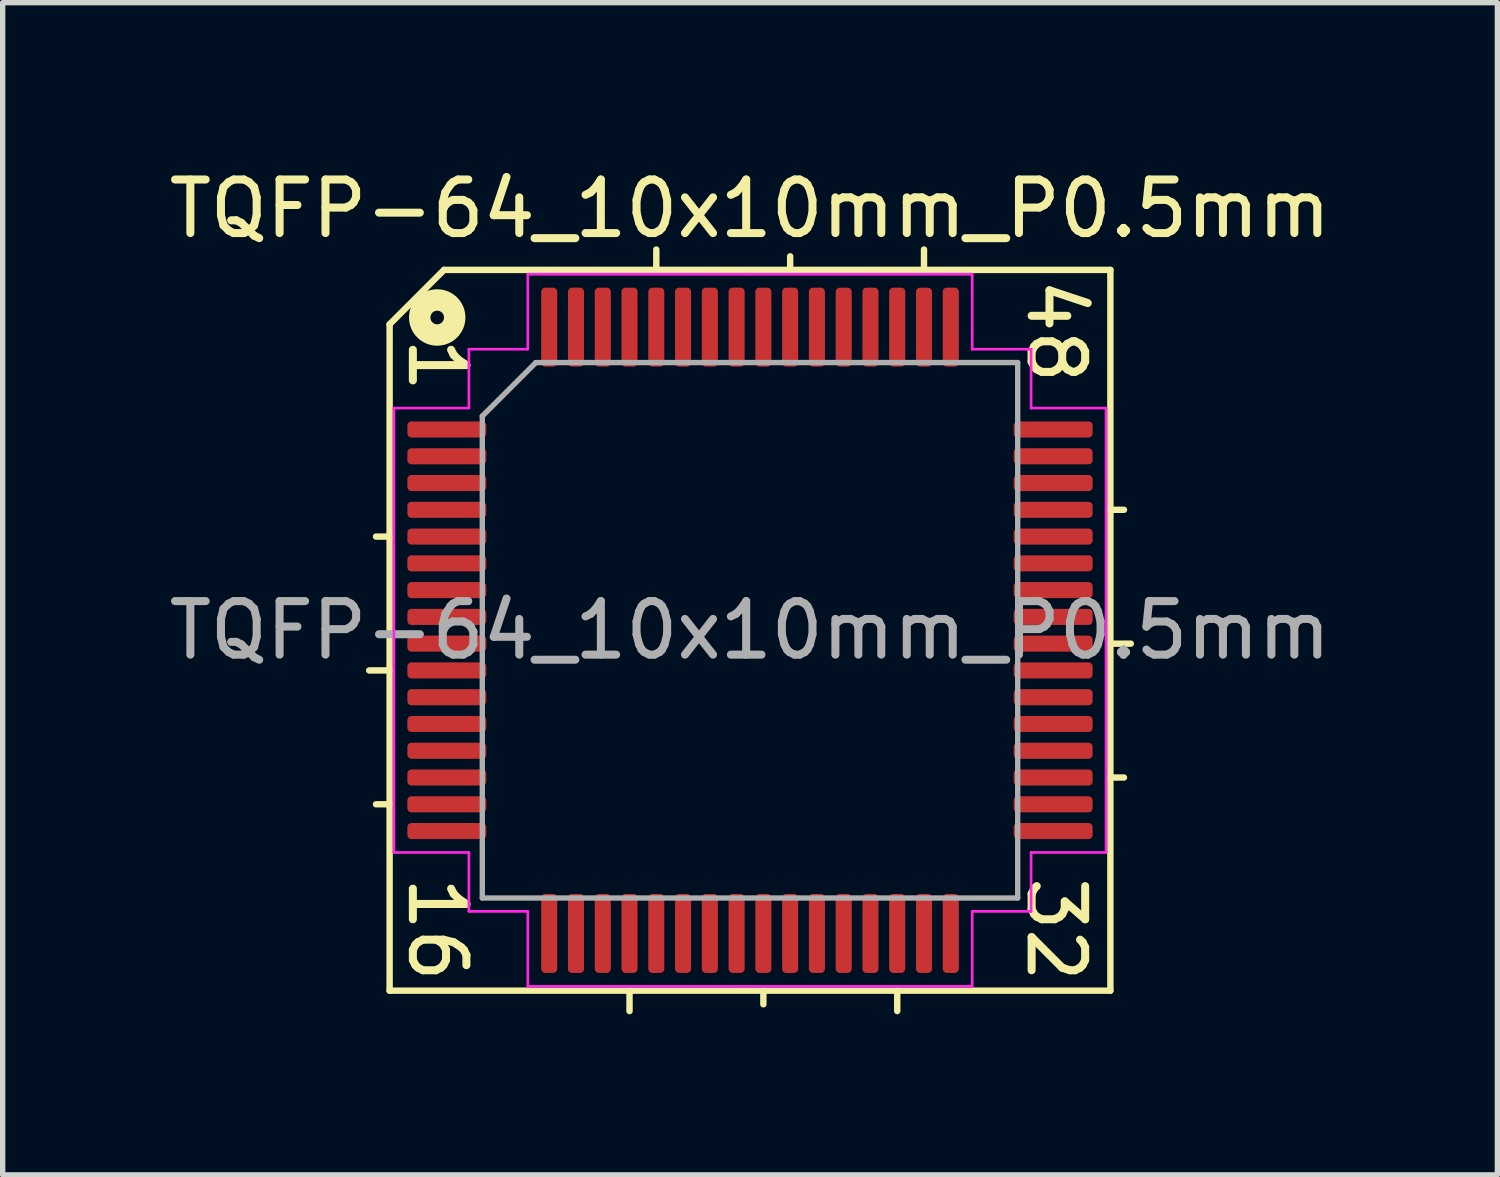
<source format=kicad_pcb>
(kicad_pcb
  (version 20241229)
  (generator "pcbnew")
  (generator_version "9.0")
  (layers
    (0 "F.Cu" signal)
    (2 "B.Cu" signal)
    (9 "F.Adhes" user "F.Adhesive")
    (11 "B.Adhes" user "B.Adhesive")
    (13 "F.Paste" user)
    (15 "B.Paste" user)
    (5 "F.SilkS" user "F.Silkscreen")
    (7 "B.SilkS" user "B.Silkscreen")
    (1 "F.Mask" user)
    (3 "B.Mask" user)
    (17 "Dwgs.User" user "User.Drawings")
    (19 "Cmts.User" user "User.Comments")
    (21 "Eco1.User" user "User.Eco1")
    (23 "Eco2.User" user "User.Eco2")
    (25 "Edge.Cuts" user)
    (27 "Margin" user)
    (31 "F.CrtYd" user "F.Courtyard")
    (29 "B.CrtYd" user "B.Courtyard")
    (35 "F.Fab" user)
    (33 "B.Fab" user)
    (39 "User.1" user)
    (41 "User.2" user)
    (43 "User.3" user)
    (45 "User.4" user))
  (footprint "TQFP-64_10x10mm_P0.5mm"
    (layer "F.Cu")
    (at 10.958 8.722)
    (property "Reference" "TQFP-64_10x10mm_P0.5mm" (at 0 -7.874 0) (layer "F.SilkS") (effects (font (size 1 1) (thickness 0.15))))
    (attr smd)
    (fp_line (start -6.731 -5.715) (end -6.731 6.731) (stroke (width 0.12) (type solid)) (layer "F.SilkS"))
    (fp_line (start -6.731 -1.75) (end -6.985 -1.75) (stroke (width 0.12) (type solid)) (layer "F.SilkS"))
    (fp_line (start -6.731 0.75) (end -7.112 0.75) (stroke (width 0.12) (type solid)) (layer "F.SilkS"))
    (fp_line (start -6.731 3.25) (end -6.985 3.25) (stroke (width 0.12) (type solid)) (layer "F.SilkS"))
    (fp_line (start -6.731 6.731) (end 6.731 6.731) (stroke (width 0.12) (type solid)) (layer "F.SilkS"))
    (fp_line (start -5.715 -6.731) (end -6.731 -5.715) (stroke (width 0.12) (type solid)) (layer "F.SilkS"))
    (fp_line (start -2.25 6.731) (end -2.25 7.112) (stroke (width 0.12) (type solid)) (layer "F.SilkS"))
    (fp_line (start -1.75 -6.731) (end -1.75 -7.112) (stroke (width 0.12) (type solid)) (layer "F.SilkS"))
    (fp_line (start 0.25 6.731) (end 0.25 6.985) (stroke (width 0.12) (type solid)) (layer "F.SilkS"))
    (fp_line (start 0.75 -6.731) (end 0.75 -6.985) (stroke (width 0.12) (type solid)) (layer "F.SilkS"))
    (fp_line (start 2.75 7.112) (end 2.75 6.731) (stroke (width 0.12) (type solid)) (layer "F.SilkS"))
    (fp_line (start 3.25 -6.731) (end 3.25 -7.112) (stroke (width 0.12) (type solid)) (layer "F.SilkS"))
    (fp_line (start 6.731 -6.731) (end -5.715 -6.731) (stroke (width 0.12) (type solid)) (layer "F.SilkS"))
    (fp_line (start 6.731 -2.25) (end 6.985 -2.25) (stroke (width 0.12) (type solid)) (layer "F.SilkS"))
    (fp_line (start 6.731 0.25) (end 7.112 0.25) (stroke (width 0.12) (type solid)) (layer "F.SilkS"))
    (fp_line (start 6.731 2.75) (end 6.985 2.75) (stroke (width 0.12) (type solid)) (layer "F.SilkS"))
    (fp_line (start 6.731 6.731) (end 6.731 -6.731) (stroke (width 0.12) (type solid)) (layer "F.SilkS"))
    (fp_circle (center -5.842 -5.842) (end -5.715 -5.842) (stroke (width 0.4) (type solid)) (fill no) (layer "F.SilkS"))
    (fp_line (start -6.65 -4.15) (end -6.65 0) (stroke (width 0.05) (type solid)) (layer "F.CrtYd"))
    (fp_line (start -6.65 4.15) (end -6.65 0) (stroke (width 0.05) (type solid)) (layer "F.CrtYd"))
    (fp_line (start -5.25 -5.25) (end -5.25 -4.15) (stroke (width 0.05) (type solid)) (layer "F.CrtYd"))
    (fp_line (start -5.25 -4.15) (end -6.65 -4.15) (stroke (width 0.05) (type solid)) (layer "F.CrtYd"))
    (fp_line (start -5.25 4.15) (end -6.65 4.15) (stroke (width 0.05) (type solid)) (layer "F.CrtYd"))
    (fp_line (start -5.25 5.25) (end -5.25 4.15) (stroke (width 0.05) (type solid)) (layer "F.CrtYd"))
    (fp_line (start -4.15 -6.65) (end -4.15 -5.25) (stroke (width 0.05) (type solid)) (layer "F.CrtYd"))
    (fp_line (start -4.15 -5.25) (end -5.25 -5.25) (stroke (width 0.05) (type solid)) (layer "F.CrtYd"))
    (fp_line (start -4.15 5.25) (end -5.25 5.25) (stroke (width 0.05) (type solid)) (layer "F.CrtYd"))
    (fp_line (start -4.15 6.65) (end -4.15 5.25) (stroke (width 0.05) (type solid)) (layer "F.CrtYd"))
    (fp_line (start 0 -6.65) (end -4.15 -6.65) (stroke (width 0.05) (type solid)) (layer "F.CrtYd"))
    (fp_line (start 0 -6.65) (end 4.15 -6.65) (stroke (width 0.05) (type solid)) (layer "F.CrtYd"))
    (fp_line (start 0 6.65) (end -4.15 6.65) (stroke (width 0.05) (type solid)) (layer "F.CrtYd"))
    (fp_line (start 0 6.65) (end 4.15 6.65) (stroke (width 0.05) (type solid)) (layer "F.CrtYd"))
    (fp_line (start 4.15 -6.65) (end 4.15 -5.25) (stroke (width 0.05) (type solid)) (layer "F.CrtYd"))
    (fp_line (start 4.15 -5.25) (end 5.25 -5.25) (stroke (width 0.05) (type solid)) (layer "F.CrtYd"))
    (fp_line (start 4.15 5.25) (end 5.25 5.25) (stroke (width 0.05) (type solid)) (layer "F.CrtYd"))
    (fp_line (start 4.15 6.65) (end 4.15 5.25) (stroke (width 0.05) (type solid)) (layer "F.CrtYd"))
    (fp_line (start 5.25 -5.25) (end 5.25 -4.15) (stroke (width 0.05) (type solid)) (layer "F.CrtYd"))
    (fp_line (start 5.25 -4.15) (end 6.65 -4.15) (stroke (width 0.05) (type solid)) (layer "F.CrtYd"))
    (fp_line (start 5.25 4.15) (end 6.65 4.15) (stroke (width 0.05) (type solid)) (layer "F.CrtYd"))
    (fp_line (start 5.25 5.25) (end 5.25 4.15) (stroke (width 0.05) (type solid)) (layer "F.CrtYd"))
    (fp_line (start 6.65 -4.15) (end 6.65 0) (stroke (width 0.05) (type solid)) (layer "F.CrtYd"))
    (fp_line (start 6.65 4.15) (end 6.65 0) (stroke (width 0.05) (type solid)) (layer "F.CrtYd"))
    (fp_line (start -5 -4) (end -4 -5) (stroke (width 0.1) (type solid)) (layer "F.Fab"))
    (fp_line (start -5 5) (end -5 -4) (stroke (width 0.1) (type solid)) (layer "F.Fab"))
    (fp_line (start -4 -5) (end 5 -5) (stroke (width 0.1) (type solid)) (layer "F.Fab"))
    (fp_line (start 5 -5) (end 5 5) (stroke (width 0.1) (type solid)) (layer "F.Fab"))
    (fp_line (start 5 5) (end -5 5) (stroke (width 0.1) (type solid)) (layer "F.Fab"))
    (fp_text user "48" (at 5.715 -5.588 270) (unlocked yes) (layer "F.SilkS") (effects (font (size 1 1) (thickness 0.15))))
    (fp_text user "32" (at 5.715 5.588 270) (unlocked yes) (layer "F.SilkS") (effects (font (size 1 1) (thickness 0.15))))
    (fp_text user "1" (at -5.842 -4.953 270) (unlocked yes) (layer "F.SilkS") (effects (font (size 1 1) (thickness 0.15))))
    (fp_text user "16" (at -5.842 5.588 270) (unlocked yes) (layer "F.SilkS") (effects (font (size 1 1) (thickness 0.15))))
    (fp_text user "${REFERENCE}" (at 0 0 0) (layer "F.Fab") (effects (font (size 1 1) (thickness 0.15))))
    (pad "1" smd roundrect (at -5.662 -3.75) (size 1.475 0.3) (layers "F.Cu" "F.Mask" "F.Paste") (roundrect_rratio 0.25))
    (pad "2" smd roundrect (at -5.662 -3.25) (size 1.475 0.3) (layers "F.Cu" "F.Mask" "F.Paste") (roundrect_rratio 0.25))
    (pad "3" smd roundrect (at -5.662 -2.75) (size 1.475 0.3) (layers "F.Cu" "F.Mask" "F.Paste") (roundrect_rratio 0.25))
    (pad "4" smd roundrect (at -5.662 -2.25) (size 1.475 0.3) (layers "F.Cu" "F.Mask" "F.Paste") (roundrect_rratio 0.25))
    (pad "5" smd roundrect (at -5.662 -1.75) (size 1.475 0.3) (layers "F.Cu" "F.Mask" "F.Paste") (roundrect_rratio 0.25))
    (pad "6" smd roundrect (at -5.662 -1.25) (size 1.475 0.3) (layers "F.Cu" "F.Mask" "F.Paste") (roundrect_rratio 0.25))
    (pad "7" smd roundrect (at -5.662 -0.75) (size 1.475 0.3) (layers "F.Cu" "F.Mask" "F.Paste") (roundrect_rratio 0.25))
    (pad "8" smd roundrect (at -5.662 -0.25) (size 1.475 0.3) (layers "F.Cu" "F.Mask" "F.Paste") (roundrect_rratio 0.25))
    (pad "9" smd roundrect (at -5.662 0.25) (size 1.475 0.3) (layers "F.Cu" "F.Mask" "F.Paste") (roundrect_rratio 0.25))
    (pad "10" smd roundrect (at -5.662 0.75) (size 1.475 0.3) (layers "F.Cu" "F.Mask" "F.Paste") (roundrect_rratio 0.25))
    (pad "11" smd roundrect (at -5.662 1.25) (size 1.475 0.3) (layers "F.Cu" "F.Mask" "F.Paste") (roundrect_rratio 0.25))
    (pad "12" smd roundrect (at -5.662 1.75) (size 1.475 0.3) (layers "F.Cu" "F.Mask" "F.Paste") (roundrect_rratio 0.25))
    (pad "13" smd roundrect (at -5.662 2.25) (size 1.475 0.3) (layers "F.Cu" "F.Mask" "F.Paste") (roundrect_rratio 0.25))
    (pad "14" smd roundrect (at -5.662 2.75) (size 1.475 0.3) (layers "F.Cu" "F.Mask" "F.Paste") (roundrect_rratio 0.25))
    (pad "15" smd roundrect (at -5.662 3.25) (size 1.475 0.3) (layers "F.Cu" "F.Mask" "F.Paste") (roundrect_rratio 0.25))
    (pad "16" smd roundrect (at -5.662 3.75) (size 1.475 0.3) (layers "F.Cu" "F.Mask" "F.Paste") (roundrect_rratio 0.25))
    (pad "17" smd roundrect (at -3.75 5.662) (size 0.3 1.475) (layers "F.Cu" "F.Mask" "F.Paste") (roundrect_rratio 0.25))
    (pad "18" smd roundrect (at -3.25 5.662) (size 0.3 1.475) (layers "F.Cu" "F.Mask" "F.Paste") (roundrect_rratio 0.25))
    (pad "19" smd roundrect (at -2.75 5.662) (size 0.3 1.475) (layers "F.Cu" "F.Mask" "F.Paste") (roundrect_rratio 0.25))
    (pad "20" smd roundrect (at -2.25 5.662) (size 0.3 1.475) (layers "F.Cu" "F.Mask" "F.Paste") (roundrect_rratio 0.25))
    (pad "21" smd roundrect (at -1.75 5.662) (size 0.3 1.475) (layers "F.Cu" "F.Mask" "F.Paste") (roundrect_rratio 0.25))
    (pad "22" smd roundrect (at -1.25 5.662) (size 0.3 1.475) (layers "F.Cu" "F.Mask" "F.Paste") (roundrect_rratio 0.25))
    (pad "23" smd roundrect (at -0.75 5.662) (size 0.3 1.475) (layers "F.Cu" "F.Mask" "F.Paste") (roundrect_rratio 0.25))
    (pad "24" smd roundrect (at -0.25 5.662) (size 0.3 1.475) (layers "F.Cu" "F.Mask" "F.Paste") (roundrect_rratio 0.25))
    (pad "25" smd roundrect (at 0.25 5.662) (size 0.3 1.475) (layers "F.Cu" "F.Mask" "F.Paste") (roundrect_rratio 0.25))
    (pad "26" smd roundrect (at 0.75 5.662) (size 0.3 1.475) (layers "F.Cu" "F.Mask" "F.Paste") (roundrect_rratio 0.25))
    (pad "27" smd roundrect (at 1.25 5.662) (size 0.3 1.475) (layers "F.Cu" "F.Mask" "F.Paste") (roundrect_rratio 0.25))
    (pad "28" smd roundrect (at 1.75 5.662) (size 0.3 1.475) (layers "F.Cu" "F.Mask" "F.Paste") (roundrect_rratio 0.25))
    (pad "29" smd roundrect (at 2.25 5.662) (size 0.3 1.475) (layers "F.Cu" "F.Mask" "F.Paste") (roundrect_rratio 0.25))
    (pad "30" smd roundrect (at 2.75 5.662) (size 0.3 1.475) (layers "F.Cu" "F.Mask" "F.Paste") (roundrect_rratio 0.25))
    (pad "31" smd roundrect (at 3.25 5.662) (size 0.3 1.475) (layers "F.Cu" "F.Mask" "F.Paste") (roundrect_rratio 0.25))
    (pad "32" smd roundrect (at 3.75 5.662) (size 0.3 1.475) (layers "F.Cu" "F.Mask" "F.Paste") (roundrect_rratio 0.25))
    (pad "33" smd roundrect (at 5.662 3.75) (size 1.475 0.3) (layers "F.Cu" "F.Mask" "F.Paste") (roundrect_rratio 0.25))
    (pad "34" smd roundrect (at 5.662 3.25) (size 1.475 0.3) (layers "F.Cu" "F.Mask" "F.Paste") (roundrect_rratio 0.25))
    (pad "35" smd roundrect (at 5.662 2.75) (size 1.475 0.3) (layers "F.Cu" "F.Mask" "F.Paste") (roundrect_rratio 0.25))
    (pad "36" smd roundrect (at 5.662 2.25) (size 1.475 0.3) (layers "F.Cu" "F.Mask" "F.Paste") (roundrect_rratio 0.25))
    (pad "37" smd roundrect (at 5.662 1.75) (size 1.475 0.3) (layers "F.Cu" "F.Mask" "F.Paste") (roundrect_rratio 0.25))
    (pad "38" smd roundrect (at 5.662 1.25) (size 1.475 0.3) (layers "F.Cu" "F.Mask" "F.Paste") (roundrect_rratio 0.25))
    (pad "39" smd roundrect (at 5.662 0.75) (size 1.475 0.3) (layers "F.Cu" "F.Mask" "F.Paste") (roundrect_rratio 0.25))
    (pad "40" smd roundrect (at 5.662 0.25) (size 1.475 0.3) (layers "F.Cu" "F.Mask" "F.Paste") (roundrect_rratio 0.25))
    (pad "41" smd roundrect (at 5.662 -0.25) (size 1.475 0.3) (layers "F.Cu" "F.Mask" "F.Paste") (roundrect_rratio 0.25))
    (pad "42" smd roundrect (at 5.662 -0.75) (size 1.475 0.3) (layers "F.Cu" "F.Mask" "F.Paste") (roundrect_rratio 0.25))
    (pad "43" smd roundrect (at 5.662 -1.25) (size 1.475 0.3) (layers "F.Cu" "F.Mask" "F.Paste") (roundrect_rratio 0.25))
    (pad "44" smd roundrect (at 5.662 -1.75) (size 1.475 0.3) (layers "F.Cu" "F.Mask" "F.Paste") (roundrect_rratio 0.25))
    (pad "45" smd roundrect (at 5.662 -2.25) (size 1.475 0.3) (layers "F.Cu" "F.Mask" "F.Paste") (roundrect_rratio 0.25))
    (pad "46" smd roundrect (at 5.662 -2.75) (size 1.475 0.3) (layers "F.Cu" "F.Mask" "F.Paste") (roundrect_rratio 0.25))
    (pad "47" smd roundrect (at 5.662 -3.25) (size 1.475 0.3) (layers "F.Cu" "F.Mask" "F.Paste") (roundrect_rratio 0.25))
    (pad "48" smd roundrect (at 5.662 -3.75) (size 1.475 0.3) (layers "F.Cu" "F.Mask" "F.Paste") (roundrect_rratio 0.25))
    (pad "49" smd roundrect (at 3.75 -5.662) (size 0.3 1.475) (layers "F.Cu" "F.Mask" "F.Paste") (roundrect_rratio 0.25))
    (pad "50" smd roundrect (at 3.25 -5.662) (size 0.3 1.475) (layers "F.Cu" "F.Mask" "F.Paste") (roundrect_rratio 0.25))
    (pad "51" smd roundrect (at 2.75 -5.662) (size 0.3 1.475) (layers "F.Cu" "F.Mask" "F.Paste") (roundrect_rratio 0.25))
    (pad "52" smd roundrect (at 2.25 -5.662) (size 0.3 1.475) (layers "F.Cu" "F.Mask" "F.Paste") (roundrect_rratio 0.25))
    (pad "53" smd roundrect (at 1.75 -5.662) (size 0.3 1.475) (layers "F.Cu" "F.Mask" "F.Paste") (roundrect_rratio 0.25))
    (pad "54" smd roundrect (at 1.25 -5.662) (size 0.3 1.475) (layers "F.Cu" "F.Mask" "F.Paste") (roundrect_rratio 0.25))
    (pad "55" smd roundrect (at 0.75 -5.662) (size 0.3 1.475) (layers "F.Cu" "F.Mask" "F.Paste") (roundrect_rratio 0.25))
    (pad "56" smd roundrect (at 0.25 -5.662) (size 0.3 1.475) (layers "F.Cu" "F.Mask" "F.Paste") (roundrect_rratio 0.25))
    (pad "57" smd roundrect (at -0.25 -5.662) (size 0.3 1.475) (layers "F.Cu" "F.Mask" "F.Paste") (roundrect_rratio 0.25))
    (pad "58" smd roundrect (at -0.75 -5.662) (size 0.3 1.475) (layers "F.Cu" "F.Mask" "F.Paste") (roundrect_rratio 0.25))
    (pad "59" smd roundrect (at -1.25 -5.662) (size 0.3 1.475) (layers "F.Cu" "F.Mask" "F.Paste") (roundrect_rratio 0.25))
    (pad "60" smd roundrect (at -1.75 -5.662) (size 0.3 1.475) (layers "F.Cu" "F.Mask" "F.Paste") (roundrect_rratio 0.25))
    (pad "61" smd roundrect (at -2.25 -5.662) (size 0.3 1.475) (layers "F.Cu" "F.Mask" "F.Paste") (roundrect_rratio 0.25))
    (pad "62" smd roundrect (at -2.75 -5.662) (size 0.3 1.475) (layers "F.Cu" "F.Mask" "F.Paste") (roundrect_rratio 0.25))
    (pad "63" smd roundrect (at -3.25 -5.662) (size 0.3 1.475) (layers "F.Cu" "F.Mask" "F.Paste") (roundrect_rratio 0.25))
    (pad "64" smd roundrect (at -3.75 -5.662) (size 0.3 1.475) (layers "F.Cu" "F.Mask" "F.Paste") (roundrect_rratio 0.25)))
  (gr_rect
    (start -3 -3)
    (end 24.917 18.894)
    (stroke (width 0.1) (type default))
    (fill no)
    (layer "Edge.Cuts")))
</source>
